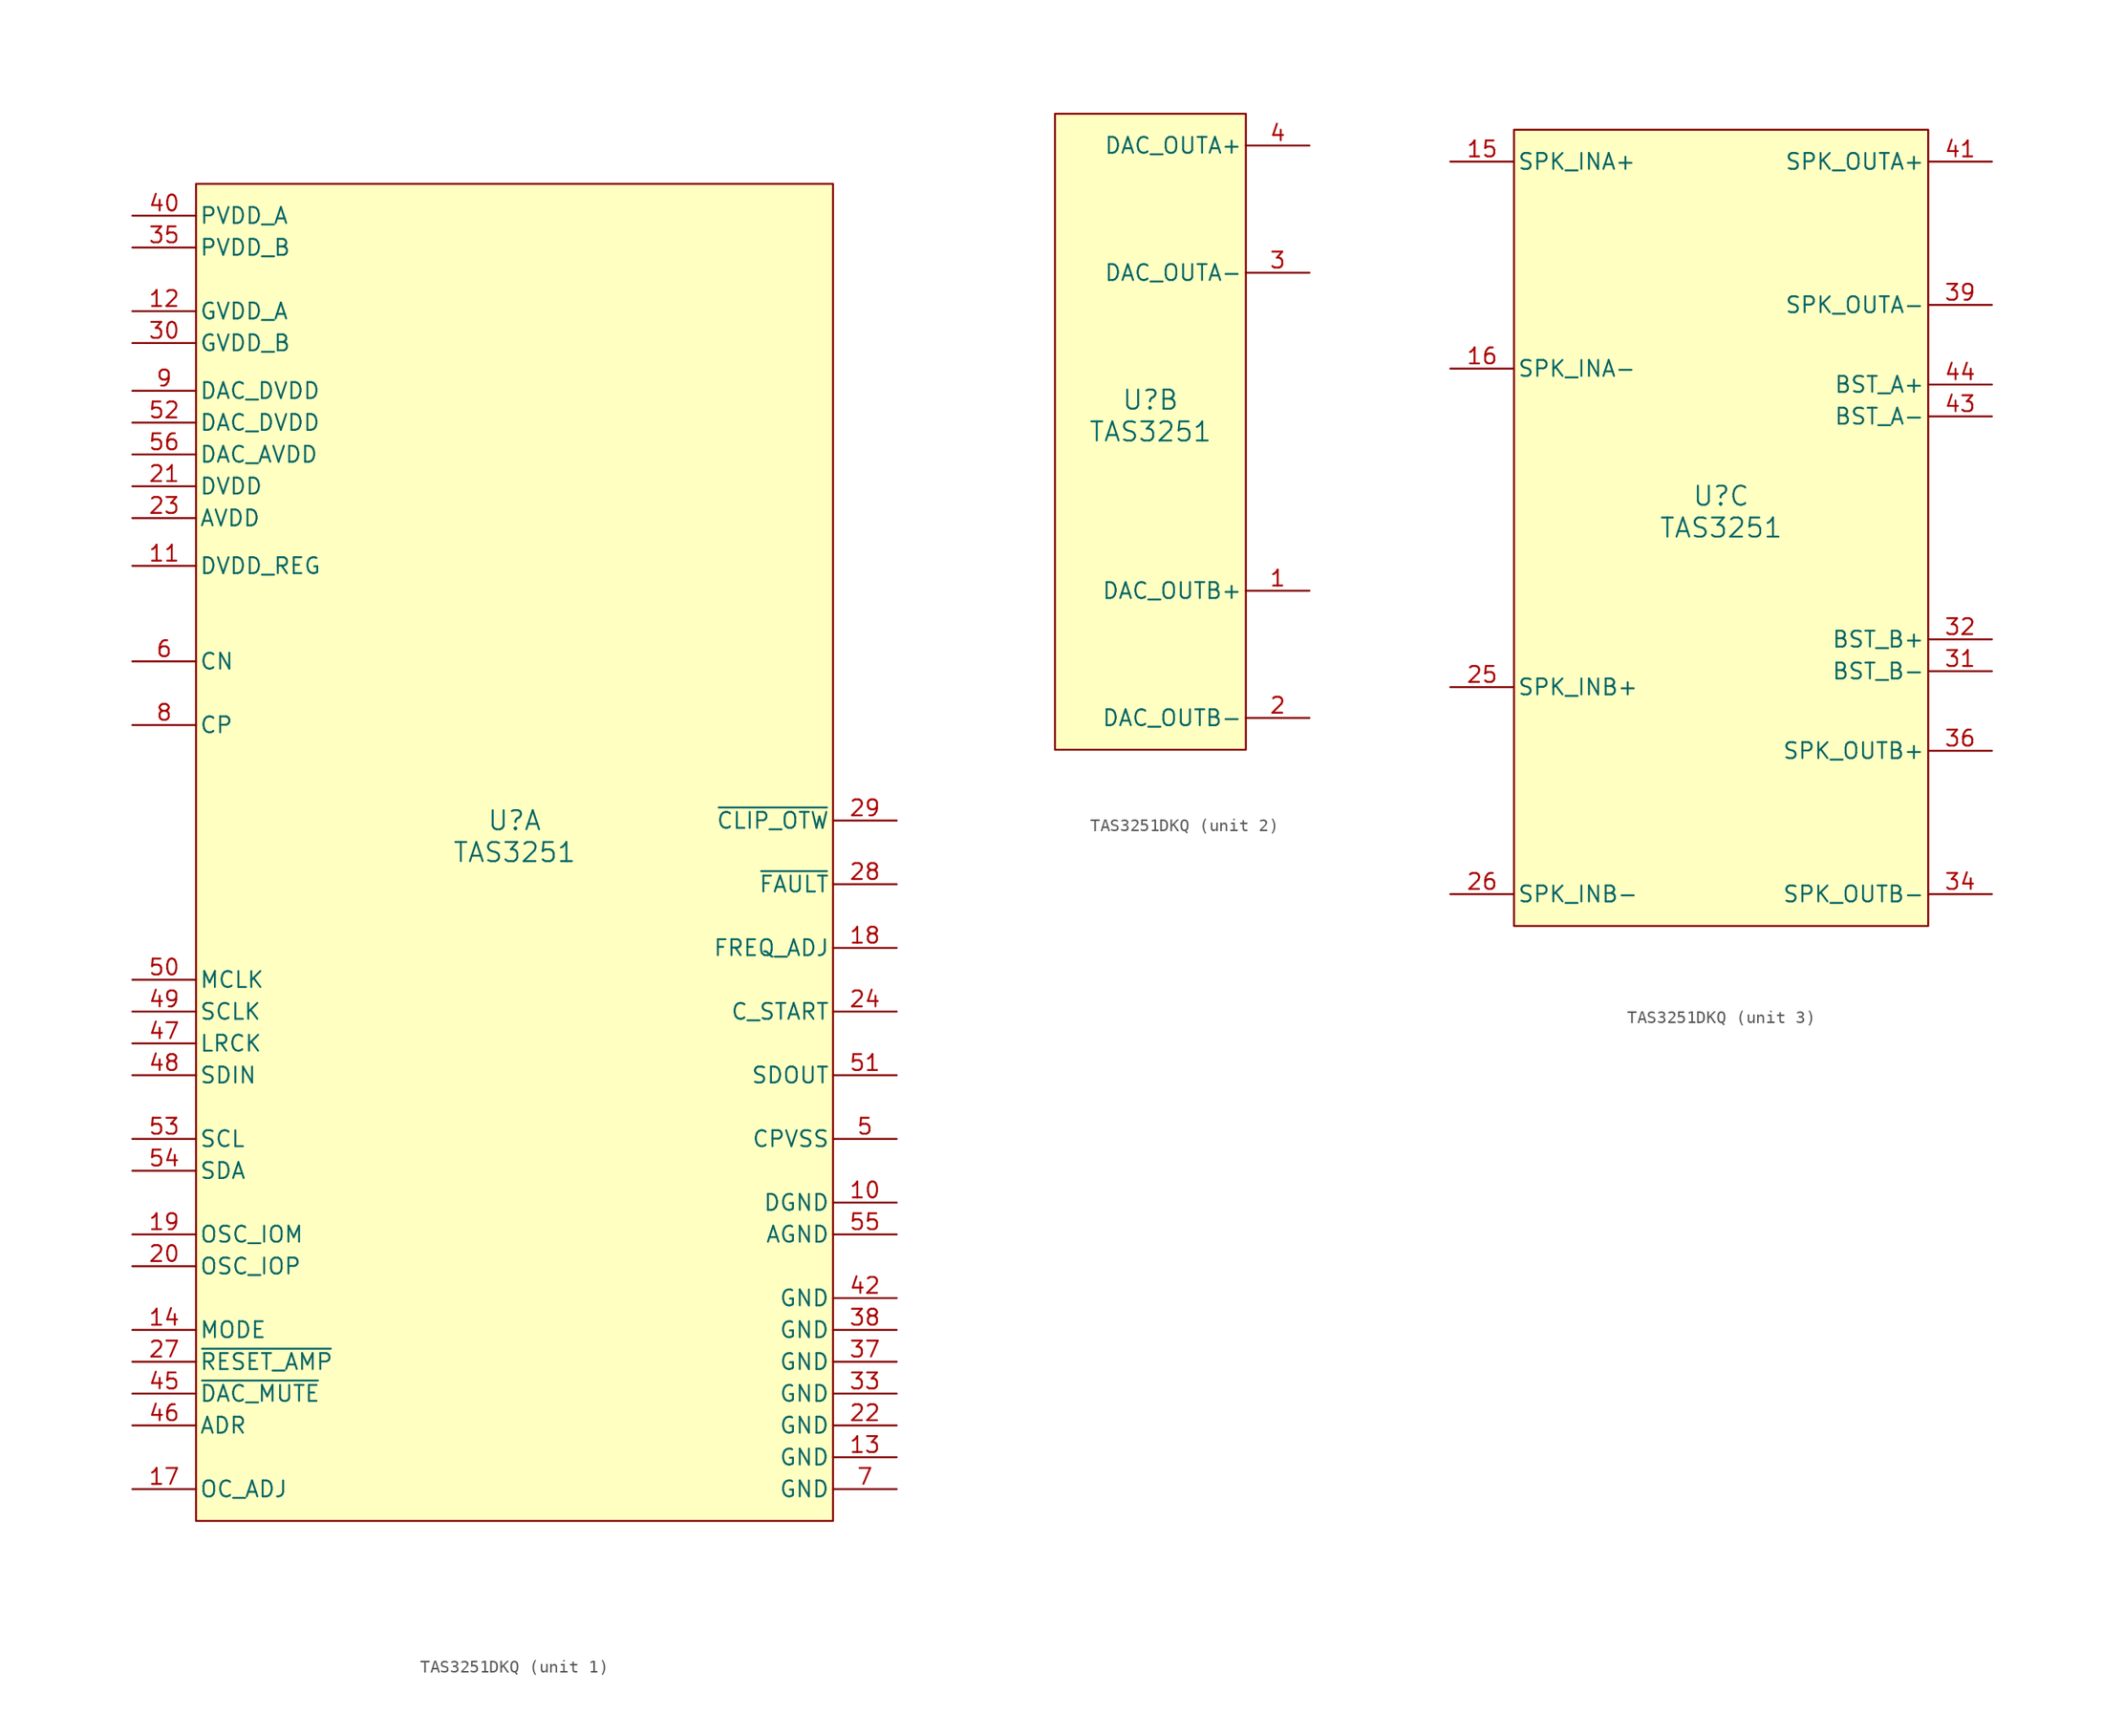
<source format=kicad_sym>
(kicad_symbol_lib
  (version 20241209)
  (generator "kicad_symbol_editor")
  (generator_version "9.0")
  (symbol "TAS3251DKQ"
    (pin_names
      (offset 0.254))
    (property "Reference" "U"
      (at 0 2.54 0)
      (effects (font (size 1.524 1.524))))
    (property "Value" "TAS3251"
      (at 0 0 0)
      (effects (font (size 1.524 1.524))))
    (property "ki_locked" ""
      (at 0 0 0)
      (effects (font (size 1.27 1.27))))
    (symbol "TAS3251DKQ_1_1"
      (rectangle (start -25.4 53.34) (end 25.4 -53.34) (stroke (width 0) (type default)) (fill (type background)))
      (pin power_in line (at -30.48 50.8 0) (length 5.08) (name "PVDD_A" (effects (font (size 1.27 1.27)))) (number "40" (effects (font (size 1.27 1.27)))))
      (pin power_in line (at -30.48 48.26 0) (length 5.08) (name "PVDD_B" (effects (font (size 1.27 1.27)))) (number "35" (effects (font (size 1.27 1.27)))))
      (pin power_in line (at -30.48 43.18 0) (length 5.08) (name "GVDD_A" (effects (font (size 1.27 1.27)))) (number "12" (effects (font (size 1.27 1.27)))))
      (pin power_in line (at -30.48 40.64 0) (length 5.08) (name "GVDD_B" (effects (font (size 1.27 1.27)))) (number "30" (effects (font (size 1.27 1.27)))))
      (pin power_in line (at -30.48 36.83 0) (length 5.08) (name "DAC_DVDD" (effects (font (size 1.27 1.27)))) (number "9" (effects (font (size 1.27 1.27)))))
      (pin power_in line (at -30.48 34.29 0) (length 5.08) (name "DAC_DVDD" (effects (font (size 1.27 1.27)))) (number "52" (effects (font (size 1.27 1.27)))))
      (pin power_in line (at -30.48 31.75 0) (length 5.08) (name "DAC_AVDD" (effects (font (size 1.27 1.27)))) (number "56" (effects (font (size 1.27 1.27)))))
      (pin power_in line (at -30.48 29.21 0) (length 5.08) (name "DVDD" (effects (font (size 1.27 1.27)))) (number "21" (effects (font (size 1.27 1.27)))))
      (pin power_in line (at -30.48 26.67 0) (length 5.08) (name "AVDD" (effects (font (size 1.27 1.27)))) (number "23" (effects (font (size 1.27 1.27)))))
      (pin power_in line (at -30.48 22.86 0) (length 5.08) (name "DVDD_REG" (effects (font (size 1.27 1.27)))) (number "11" (effects (font (size 1.27 1.27)))))
      (pin power_in line (at -30.48 15.24 0) (length 5.08) (name "CN" (effects (font (size 1.27 1.27)))) (number "6" (effects (font (size 1.27 1.27)))))
      (pin power_in line (at -30.48 10.16 0) (length 5.08) (name "CP" (effects (font (size 1.27 1.27)))) (number "8" (effects (font (size 1.27 1.27)))))
      (pin input line (at -30.48 -10.16 0) (length 5.08) (name "MCLK" (effects (font (size 1.27 1.27)))) (number "50" (effects (font (size 1.27 1.27)))))
      (pin input line (at -30.48 -12.7 0) (length 5.08) (name "SCLK" (effects (font (size 1.27 1.27)))) (number "49" (effects (font (size 1.27 1.27)))))
      (pin input line (at -30.48 -15.24 0) (length 5.08) (name "LRCK" (effects (font (size 1.27 1.27)))) (number "47" (effects (font (size 1.27 1.27)))))
      (pin input line (at -30.48 -17.78 0) (length 5.08) (name "SDIN" (effects (font (size 1.27 1.27)))) (number "48" (effects (font (size 1.27 1.27)))))
      (pin input line (at -30.48 -22.86 0) (length 5.08) (name "SCL" (effects (font (size 1.27 1.27)))) (number "53" (effects (font (size 1.27 1.27)))))
      (pin bidirectional line (at -30.48 -25.4 0) (length 5.08) (name "SDA" (effects (font (size 1.27 1.27)))) (number "54" (effects (font (size 1.27 1.27)))))
      (pin bidirectional line (at -30.48 -30.48 0) (length 5.08) (name "OSC_IOM" (effects (font (size 1.27 1.27)))) (number "19" (effects (font (size 1.27 1.27)))))
      (pin bidirectional line (at -30.48 -33.02 0) (length 5.08) (name "OSC_IOP" (effects (font (size 1.27 1.27)))) (number "20" (effects (font (size 1.27 1.27)))))
      (pin input line (at -30.48 -38.1 0) (length 5.08) (name "MODE" (effects (font (size 1.27 1.27)))) (number "14" (effects (font (size 1.27 1.27)))))
      (pin input line (at -30.48 -40.64 0) (length 5.08) (name "~{RESET_AMP}" (effects (font (size 1.27 1.27)))) (number "27" (effects (font (size 1.27 1.27)))))
      (pin input line (at -30.48 -43.18 0) (length 5.08) (name "~{DAC_MUTE}" (effects (font (size 1.27 1.27)))) (number "45" (effects (font (size 1.27 1.27)))))
      (pin input line (at -30.48 -45.72 0) (length 5.08) (name "ADR" (effects (font (size 1.27 1.27)))) (number "46" (effects (font (size 1.27 1.27)))))
      (pin input line (at -30.48 -50.8 0) (length 5.08) (name "OC_ADJ" (effects (font (size 1.27 1.27)))) (number "17" (effects (font (size 1.27 1.27)))))
      (pin open_collector line (at 30.48 2.54 180) (length 5.08) (name "~{CLIP_OTW}" (effects (font (size 1.27 1.27)))) (number "29" (effects (font (size 1.27 1.27)))))
      (pin open_collector line (at 30.48 -2.54 180) (length 5.08) (name "~{FAULT}" (effects (font (size 1.27 1.27)))) (number "28" (effects (font (size 1.27 1.27)))))
      (pin output line (at 30.48 -7.62 180) (length 5.08) (name "FREQ_ADJ" (effects (font (size 1.27 1.27)))) (number "18" (effects (font (size 1.27 1.27)))))
      (pin output line (at 30.48 -12.7 180) (length 5.08) (name "C_START" (effects (font (size 1.27 1.27)))) (number "24" (effects (font (size 1.27 1.27)))))
      (pin output line (at 30.48 -17.78 180) (length 5.08) (name "SDOUT" (effects (font (size 1.27 1.27)))) (number "51" (effects (font (size 1.27 1.27)))))
      (pin power_in line (at 30.48 -22.86 180) (length 5.08) (name "CPVSS" (effects (font (size 1.27 1.27)))) (number "5" (effects (font (size 1.27 1.27)))))
      (pin power_in line (at 30.48 -27.94 180) (length 5.08) (name "DGND" (effects (font (size 1.27 1.27)))) (number "10" (effects (font (size 1.27 1.27)))))
      (pin power_in line (at 30.48 -30.48 180) (length 5.08) (name "AGND" (effects (font (size 1.27 1.27)))) (number "55" (effects (font (size 1.27 1.27)))))
      (pin power_in line (at 30.48 -35.56 180) (length 5.08) (name "GND" (effects (font (size 1.27 1.27)))) (number "42" (effects (font (size 1.27 1.27)))))
      (pin power_in line (at 30.48 -38.1 180) (length 5.08) (name "GND" (effects (font (size 1.27 1.27)))) (number "38" (effects (font (size 1.27 1.27)))))
      (pin power_in line (at 30.48 -40.64 180) (length 5.08) (name "GND" (effects (font (size 1.27 1.27)))) (number "37" (effects (font (size 1.27 1.27)))))
      (pin power_in line (at 30.48 -43.18 180) (length 5.08) (name "GND" (effects (font (size 1.27 1.27)))) (number "33" (effects (font (size 1.27 1.27)))))
      (pin power_in line (at 30.48 -45.72 180) (length 5.08) (name "GND" (effects (font (size 1.27 1.27)))) (number "22" (effects (font (size 1.27 1.27)))))
      (pin power_in line (at 30.48 -48.26 180) (length 5.08) (name "GND" (effects (font (size 1.27 1.27)))) (number "13" (effects (font (size 1.27 1.27)))))
      (pin power_in line (at 30.48 -50.8 180) (length 5.08) (name "GND" (effects (font (size 1.27 1.27)))) (number "7" (effects (font (size 1.27 1.27))))))
    (symbol "TAS3251DKQ_2_1"
      (rectangle (start -7.62 25.4) (end 7.62 -25.4) (stroke (width 0) (type default)) (fill (type background)))
      (pin output line (at 12.7 22.86 180) (length 5.08) (name "DAC_OUTA+" (effects (font (size 1.27 1.27)))) (number "4" (effects (font (size 1.27 1.27)))))
      (pin output line (at 12.7 12.7 180) (length 5.08) (name "DAC_OUTA-" (effects (font (size 1.27 1.27)))) (number "3" (effects (font (size 1.27 1.27)))))
      (pin output line (at 12.7 -12.7 180) (length 5.08) (name "DAC_OUTB+" (effects (font (size 1.27 1.27)))) (number "1" (effects (font (size 1.27 1.27)))))
      (pin output line (at 12.7 -22.86 180) (length 5.08) (name "DAC_OUTB-" (effects (font (size 1.27 1.27)))) (number "2" (effects (font (size 1.27 1.27))))))
    (symbol "TAS3251DKQ_3_1"
      (rectangle (start -16.51 31.75) (end 16.51 -31.75) (stroke (width 0) (type default)) (fill (type background)))
      (pin input line (at -21.59 29.21 0) (length 5.08) (name "SPK_INA+" (effects (font (size 1.27 1.27)))) (number "15" (effects (font (size 1.27 1.27)))))
      (pin input line (at -21.59 12.7 0) (length 5.08) (name "SPK_INA-" (effects (font (size 1.27 1.27)))) (number "16" (effects (font (size 1.27 1.27)))))
      (pin input line (at -21.59 -12.7 0) (length 5.08) (name "SPK_INB+" (effects (font (size 1.27 1.27)))) (number "25" (effects (font (size 1.27 1.27)))))
      (pin input line (at -21.59 -29.21 0) (length 5.08) (name "SPK_INB-" (effects (font (size 1.27 1.27)))) (number "26" (effects (font (size 1.27 1.27)))))
      (pin power_in line (at 21.59 29.21 180) (length 5.08) (name "SPK_OUTA+" (effects (font (size 1.27 1.27)))) (number "41" (effects (font (size 1.27 1.27)))))
      (pin power_in line (at 21.59 17.78 180) (length 5.08) (name "SPK_OUTA-" (effects (font (size 1.27 1.27)))) (number "39" (effects (font (size 1.27 1.27)))))
      (pin power_in line (at 21.59 11.43 180) (length 5.08) (name "BST_A+" (effects (font (size 1.27 1.27)))) (number "44" (effects (font (size 1.27 1.27)))))
      (pin power_in line (at 21.59 8.89 180) (length 5.08) (name "BST_A-" (effects (font (size 1.27 1.27)))) (number "43" (effects (font (size 1.27 1.27)))))
      (pin power_in line (at 21.59 -8.89 180) (length 5.08) (name "BST_B+" (effects (font (size 1.27 1.27)))) (number "32" (effects (font (size 1.27 1.27)))))
      (pin power_in line (at 21.59 -11.43 180) (length 5.08) (name "BST_B-" (effects (font (size 1.27 1.27)))) (number "31" (effects (font (size 1.27 1.27)))))
      (pin power_in line (at 21.59 -17.78 180) (length 5.08) (name "SPK_OUTB+" (effects (font (size 1.27 1.27)))) (number "36" (effects (font (size 1.27 1.27)))))
      (pin power_in line (at 21.59 -29.21 180) (length 5.08) (name "SPK_OUTB-" (effects (font (size 1.27 1.27)))) (number "34" (effects (font (size 1.27 1.27))))))))
</source>
